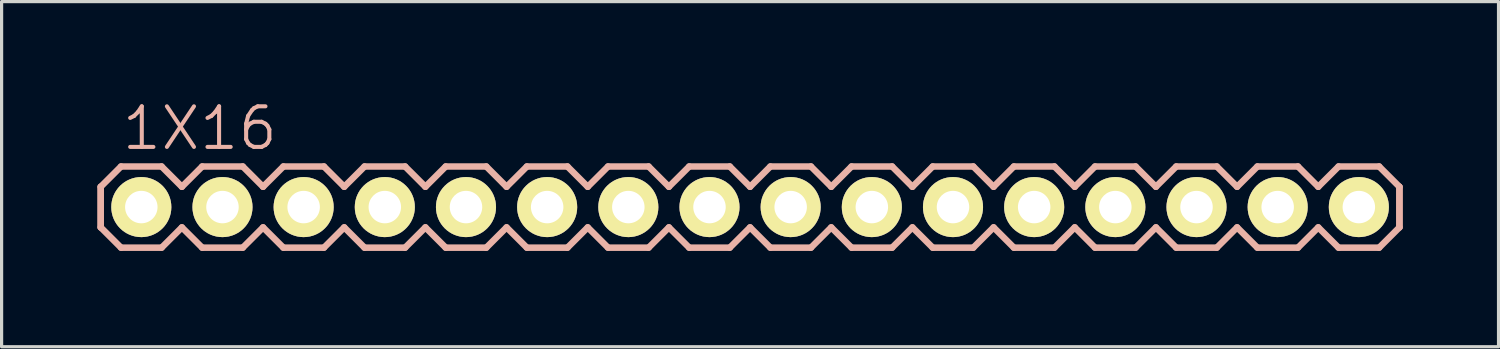
<source format=kicad_pcb>
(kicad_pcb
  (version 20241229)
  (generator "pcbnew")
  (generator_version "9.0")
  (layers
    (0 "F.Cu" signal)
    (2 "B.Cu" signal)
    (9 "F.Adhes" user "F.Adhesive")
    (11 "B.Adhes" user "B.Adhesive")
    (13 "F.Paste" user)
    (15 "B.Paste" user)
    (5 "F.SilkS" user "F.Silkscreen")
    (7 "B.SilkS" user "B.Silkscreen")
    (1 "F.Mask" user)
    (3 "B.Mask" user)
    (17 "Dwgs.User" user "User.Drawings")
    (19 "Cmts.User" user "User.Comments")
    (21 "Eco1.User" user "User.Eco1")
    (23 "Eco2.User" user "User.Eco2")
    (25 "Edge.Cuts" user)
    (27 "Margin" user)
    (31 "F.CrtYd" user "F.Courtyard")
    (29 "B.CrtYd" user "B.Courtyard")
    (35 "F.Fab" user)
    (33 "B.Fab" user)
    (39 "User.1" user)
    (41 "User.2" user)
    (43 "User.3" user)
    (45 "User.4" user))
  (footprint "1X16"
    (layer "F.Cu")
    (at 1.372 3.43)
    (property "Reference" "1X16" (at 1.829 -2.464 0) (layer "B.SilkS") (effects (font (size 1.27 1.27) (thickness 0.127))))
    (attr exclude_from_pos_files exclude_from_bom)
    (fp_line (start -0.254 -0.254) (end 0.254 -0.254) (stroke (width 0.066) (type solid)) (layer "F.SilkS"))
    (fp_line (start -0.254 0.254) (end -0.254 -0.254) (stroke (width 0.066) (type solid)) (layer "F.SilkS"))
    (fp_line (start -0.254 0.254) (end 0.254 0.254) (stroke (width 0.066) (type solid)) (layer "F.SilkS"))
    (fp_line (start 0.254 0.254) (end 0.254 -0.254) (stroke (width 0.066) (type solid)) (layer "F.SilkS"))
    (fp_line (start 2.286 -0.254) (end 2.794 -0.254) (stroke (width 0.066) (type solid)) (layer "F.SilkS"))
    (fp_line (start 2.286 0.254) (end 2.286 -0.254) (stroke (width 0.066) (type solid)) (layer "F.SilkS"))
    (fp_line (start 2.286 0.254) (end 2.794 0.254) (stroke (width 0.066) (type solid)) (layer "F.SilkS"))
    (fp_line (start 2.794 0.254) (end 2.794 -0.254) (stroke (width 0.066) (type solid)) (layer "F.SilkS"))
    (fp_line (start 4.826 -0.254) (end 5.334 -0.254) (stroke (width 0.066) (type solid)) (layer "F.SilkS"))
    (fp_line (start 4.826 0.254) (end 4.826 -0.254) (stroke (width 0.066) (type solid)) (layer "F.SilkS"))
    (fp_line (start 4.826 0.254) (end 5.334 0.254) (stroke (width 0.066) (type solid)) (layer "F.SilkS"))
    (fp_line (start 5.334 0.254) (end 5.334 -0.254) (stroke (width 0.066) (type solid)) (layer "F.SilkS"))
    (fp_line (start 7.366 -0.254) (end 7.874 -0.254) (stroke (width 0.066) (type solid)) (layer "F.SilkS"))
    (fp_line (start 7.366 0.254) (end 7.366 -0.254) (stroke (width 0.066) (type solid)) (layer "F.SilkS"))
    (fp_line (start 7.366 0.254) (end 7.874 0.254) (stroke (width 0.066) (type solid)) (layer "F.SilkS"))
    (fp_line (start 7.874 0.254) (end 7.874 -0.254) (stroke (width 0.066) (type solid)) (layer "F.SilkS"))
    (fp_line (start 9.906 -0.254) (end 10.414 -0.254) (stroke (width 0.066) (type solid)) (layer "F.SilkS"))
    (fp_line (start 9.906 0.254) (end 9.906 -0.254) (stroke (width 0.066) (type solid)) (layer "F.SilkS"))
    (fp_line (start 9.906 0.254) (end 10.414 0.254) (stroke (width 0.066) (type solid)) (layer "F.SilkS"))
    (fp_line (start 10.414 0.254) (end 10.414 -0.254) (stroke (width 0.066) (type solid)) (layer "F.SilkS"))
    (fp_line (start 12.446 -0.254) (end 12.954 -0.254) (stroke (width 0.066) (type solid)) (layer "F.SilkS"))
    (fp_line (start 12.446 0.254) (end 12.446 -0.254) (stroke (width 0.066) (type solid)) (layer "F.SilkS"))
    (fp_line (start 12.446 0.254) (end 12.954 0.254) (stroke (width 0.066) (type solid)) (layer "F.SilkS"))
    (fp_line (start 12.954 0.254) (end 12.954 -0.254) (stroke (width 0.066) (type solid)) (layer "F.SilkS"))
    (fp_line (start 14.986 -0.254) (end 15.494 -0.254) (stroke (width 0.066) (type solid)) (layer "F.SilkS"))
    (fp_line (start 14.986 0.254) (end 14.986 -0.254) (stroke (width 0.066) (type solid)) (layer "F.SilkS"))
    (fp_line (start 14.986 0.254) (end 15.494 0.254) (stroke (width 0.066) (type solid)) (layer "F.SilkS"))
    (fp_line (start 15.494 0.254) (end 15.494 -0.254) (stroke (width 0.066) (type solid)) (layer "F.SilkS"))
    (fp_line (start 17.523 -0.254) (end 18.034 -0.254) (stroke (width 0.066) (type solid)) (layer "F.SilkS"))
    (fp_line (start 17.523 0.254) (end 17.523 -0.254) (stroke (width 0.066) (type solid)) (layer "F.SilkS"))
    (fp_line (start 17.523 0.254) (end 18.034 0.254) (stroke (width 0.066) (type solid)) (layer "F.SilkS"))
    (fp_line (start 18.034 0.254) (end 18.034 -0.254) (stroke (width 0.066) (type solid)) (layer "F.SilkS"))
    (fp_line (start 20.066 -0.254) (end 20.574 -0.254) (stroke (width 0.066) (type solid)) (layer "F.SilkS"))
    (fp_line (start 20.066 0.254) (end 20.066 -0.254) (stroke (width 0.066) (type solid)) (layer "F.SilkS"))
    (fp_line (start 20.066 0.254) (end 20.574 0.254) (stroke (width 0.066) (type solid)) (layer "F.SilkS"))
    (fp_line (start 20.574 0.254) (end 20.574 -0.254) (stroke (width 0.066) (type solid)) (layer "F.SilkS"))
    (fp_line (start 22.606 -0.254) (end 23.114 -0.254) (stroke (width 0.066) (type solid)) (layer "F.SilkS"))
    (fp_line (start 22.606 0.254) (end 22.606 -0.254) (stroke (width 0.066) (type solid)) (layer "F.SilkS"))
    (fp_line (start 22.606 0.254) (end 23.114 0.254) (stroke (width 0.066) (type solid)) (layer "F.SilkS"))
    (fp_line (start 23.114 0.254) (end 23.114 -0.254) (stroke (width 0.066) (type solid)) (layer "F.SilkS"))
    (fp_line (start 25.146 -0.254) (end 25.654 -0.254) (stroke (width 0.066) (type solid)) (layer "F.SilkS"))
    (fp_line (start 25.146 0.254) (end 25.146 -0.254) (stroke (width 0.066) (type solid)) (layer "F.SilkS"))
    (fp_line (start 25.146 0.254) (end 25.654 0.254) (stroke (width 0.066) (type solid)) (layer "F.SilkS"))
    (fp_line (start 25.654 0.254) (end 25.654 -0.254) (stroke (width 0.066) (type solid)) (layer "F.SilkS"))
    (fp_line (start 27.686 -0.254) (end 28.194 -0.254) (stroke (width 0.066) (type solid)) (layer "F.SilkS"))
    (fp_line (start 27.686 0.254) (end 27.686 -0.254) (stroke (width 0.066) (type solid)) (layer "F.SilkS"))
    (fp_line (start 27.686 0.254) (end 28.194 0.254) (stroke (width 0.066) (type solid)) (layer "F.SilkS"))
    (fp_line (start 28.194 0.254) (end 28.194 -0.254) (stroke (width 0.066) (type solid)) (layer "F.SilkS"))
    (fp_line (start 30.226 -0.254) (end 30.734 -0.254) (stroke (width 0.066) (type solid)) (layer "F.SilkS"))
    (fp_line (start 30.226 0.254) (end 30.226 -0.254) (stroke (width 0.066) (type solid)) (layer "F.SilkS"))
    (fp_line (start 30.226 0.254) (end 30.734 0.254) (stroke (width 0.066) (type solid)) (layer "F.SilkS"))
    (fp_line (start 30.734 0.254) (end 30.734 -0.254) (stroke (width 0.066) (type solid)) (layer "F.SilkS"))
    (fp_line (start 32.766 -0.254) (end 33.274 -0.254) (stroke (width 0.066) (type solid)) (layer "F.SilkS"))
    (fp_line (start 32.766 0.254) (end 32.766 -0.254) (stroke (width 0.066) (type solid)) (layer "F.SilkS"))
    (fp_line (start 32.766 0.254) (end 33.274 0.254) (stroke (width 0.066) (type solid)) (layer "F.SilkS"))
    (fp_line (start 33.274 0.254) (end 33.274 -0.254) (stroke (width 0.066) (type solid)) (layer "F.SilkS"))
    (fp_line (start 35.303 -0.254) (end 35.814 -0.254) (stroke (width 0.066) (type solid)) (layer "F.SilkS"))
    (fp_line (start 35.303 0.254) (end 35.303 -0.254) (stroke (width 0.066) (type solid)) (layer "F.SilkS"))
    (fp_line (start 35.303 0.254) (end 35.814 0.254) (stroke (width 0.066) (type solid)) (layer "F.SilkS"))
    (fp_line (start 35.814 0.254) (end 35.814 -0.254) (stroke (width 0.066) (type solid)) (layer "F.SilkS"))
    (fp_line (start 37.846 -0.254) (end 38.354 -0.254) (stroke (width 0.066) (type solid)) (layer "F.SilkS"))
    (fp_line (start 37.846 0.254) (end 37.846 -0.254) (stroke (width 0.066) (type solid)) (layer "F.SilkS"))
    (fp_line (start 37.846 0.254) (end 38.354 0.254) (stroke (width 0.066) (type solid)) (layer "F.SilkS"))
    (fp_line (start 38.354 0.254) (end 38.354 -0.254) (stroke (width 0.066) (type solid)) (layer "F.SilkS"))
    (fp_line (start -1.27 -0.635) (end -1.27 0.635) (stroke (width 0.203) (type solid)) (layer "B.SilkS"))
    (fp_line (start -1.27 -0.635) (end -1.27 0.635) (stroke (width 0.203) (type solid)) (layer "B.SilkS"))
    (fp_line (start -1.27 0.635) (end -0.635 1.27) (stroke (width 0.203) (type solid)) (layer "B.SilkS"))
    (fp_line (start -0.635 -1.27) (end -1.27 -0.635) (stroke (width 0.203) (type solid)) (layer "B.SilkS"))
    (fp_line (start -0.635 -1.27) (end 0.635 -1.27) (stroke (width 0.203) (type solid)) (layer "B.SilkS"))
    (fp_line (start 0.635 -1.27) (end 1.27 -0.635) (stroke (width 0.203) (type solid)) (layer "B.SilkS"))
    (fp_line (start 0.635 1.27) (end -0.635 1.27) (stroke (width 0.203) (type solid)) (layer "B.SilkS"))
    (fp_line (start 1.27 -0.635) (end 1.905 -1.27) (stroke (width 0.203) (type solid)) (layer "B.SilkS"))
    (fp_line (start 1.27 0.635) (end 0.635 1.27) (stroke (width 0.203) (type solid)) (layer "B.SilkS"))
    (fp_line (start 1.905 -1.27) (end 3.175 -1.27) (stroke (width 0.203) (type solid)) (layer "B.SilkS"))
    (fp_line (start 1.905 1.27) (end 1.27 0.635) (stroke (width 0.203) (type solid)) (layer "B.SilkS"))
    (fp_line (start 3.175 -1.27) (end 3.81 -0.635) (stroke (width 0.203) (type solid)) (layer "B.SilkS"))
    (fp_line (start 3.175 1.27) (end 1.905 1.27) (stroke (width 0.203) (type solid)) (layer "B.SilkS"))
    (fp_line (start 3.81 -0.635) (end 4.445 -1.27) (stroke (width 0.203) (type solid)) (layer "B.SilkS"))
    (fp_line (start 3.81 0.635) (end 3.175 1.27) (stroke (width 0.203) (type solid)) (layer "B.SilkS"))
    (fp_line (start 4.445 -1.27) (end 5.715 -1.27) (stroke (width 0.203) (type solid)) (layer "B.SilkS"))
    (fp_line (start 4.445 1.27) (end 3.81 0.635) (stroke (width 0.203) (type solid)) (layer "B.SilkS"))
    (fp_line (start 5.715 -1.27) (end 6.35 -0.635) (stroke (width 0.203) (type solid)) (layer "B.SilkS"))
    (fp_line (start 5.715 1.27) (end 4.445 1.27) (stroke (width 0.203) (type solid)) (layer "B.SilkS"))
    (fp_line (start 6.35 0.635) (end 5.715 1.27) (stroke (width 0.203) (type solid)) (layer "B.SilkS"))
    (fp_line (start 6.35 0.635) (end 6.985 1.27) (stroke (width 0.203) (type solid)) (layer "B.SilkS"))
    (fp_line (start 6.985 -1.27) (end 6.35 -0.635) (stroke (width 0.203) (type solid)) (layer "B.SilkS"))
    (fp_line (start 6.985 -1.27) (end 8.255 -1.27) (stroke (width 0.203) (type solid)) (layer "B.SilkS"))
    (fp_line (start 8.255 -1.27) (end 8.89 -0.635) (stroke (width 0.203) (type solid)) (layer "B.SilkS"))
    (fp_line (start 8.255 1.27) (end 6.985 1.27) (stroke (width 0.203) (type solid)) (layer "B.SilkS"))
    (fp_line (start 8.89 -0.635) (end 9.525 -1.27) (stroke (width 0.203) (type solid)) (layer "B.SilkS"))
    (fp_line (start 8.89 0.635) (end 8.255 1.27) (stroke (width 0.203) (type solid)) (layer "B.SilkS"))
    (fp_line (start 9.525 -1.27) (end 10.795 -1.27) (stroke (width 0.203) (type solid)) (layer "B.SilkS"))
    (fp_line (start 9.525 1.27) (end 8.89 0.635) (stroke (width 0.203) (type solid)) (layer "B.SilkS"))
    (fp_line (start 10.795 -1.27) (end 11.43 -0.635) (stroke (width 0.203) (type solid)) (layer "B.SilkS"))
    (fp_line (start 10.795 1.27) (end 9.525 1.27) (stroke (width 0.203) (type solid)) (layer "B.SilkS"))
    (fp_line (start 11.43 -0.635) (end 12.065 -1.27) (stroke (width 0.203) (type solid)) (layer "B.SilkS"))
    (fp_line (start 11.43 0.635) (end 10.795 1.27) (stroke (width 0.203) (type solid)) (layer "B.SilkS"))
    (fp_line (start 12.065 -1.27) (end 13.335 -1.27) (stroke (width 0.203) (type solid)) (layer "B.SilkS"))
    (fp_line (start 12.065 1.27) (end 11.43 0.635) (stroke (width 0.203) (type solid)) (layer "B.SilkS"))
    (fp_line (start 13.335 -1.27) (end 13.97 -0.635) (stroke (width 0.203) (type solid)) (layer "B.SilkS"))
    (fp_line (start 13.335 1.27) (end 12.065 1.27) (stroke (width 0.203) (type solid)) (layer "B.SilkS"))
    (fp_line (start 13.97 0.635) (end 13.335 1.27) (stroke (width 0.203) (type solid)) (layer "B.SilkS"))
    (fp_line (start 13.97 0.635) (end 14.605 1.27) (stroke (width 0.203) (type solid)) (layer "B.SilkS"))
    (fp_line (start 14.605 -1.27) (end 13.97 -0.635) (stroke (width 0.203) (type solid)) (layer "B.SilkS"))
    (fp_line (start 14.605 -1.27) (end 15.875 -1.27) (stroke (width 0.203) (type solid)) (layer "B.SilkS"))
    (fp_line (start 15.875 -1.27) (end 16.51 -0.635) (stroke (width 0.203) (type solid)) (layer "B.SilkS"))
    (fp_line (start 15.875 1.27) (end 14.605 1.27) (stroke (width 0.203) (type solid)) (layer "B.SilkS"))
    (fp_line (start 16.51 0.635) (end 15.875 1.27) (stroke (width 0.203) (type solid)) (layer "B.SilkS"))
    (fp_line (start 16.51 0.635) (end 17.145 1.27) (stroke (width 0.203) (type solid)) (layer "B.SilkS"))
    (fp_line (start 17.145 -1.27) (end 16.51 -0.635) (stroke (width 0.203) (type solid)) (layer "B.SilkS"))
    (fp_line (start 17.145 -1.27) (end 18.415 -1.27) (stroke (width 0.203) (type solid)) (layer "B.SilkS"))
    (fp_line (start 18.415 -1.27) (end 19.05 -0.635) (stroke (width 0.203) (type solid)) (layer "B.SilkS"))
    (fp_line (start 18.415 1.27) (end 17.145 1.27) (stroke (width 0.203) (type solid)) (layer "B.SilkS"))
    (fp_line (start 19.05 -0.635) (end 19.685 -1.27) (stroke (width 0.203) (type solid)) (layer "B.SilkS"))
    (fp_line (start 19.05 0.635) (end 18.415 1.27) (stroke (width 0.203) (type solid)) (layer "B.SilkS"))
    (fp_line (start 19.685 -1.27) (end 20.955 -1.27) (stroke (width 0.203) (type solid)) (layer "B.SilkS"))
    (fp_line (start 19.685 1.27) (end 19.05 0.635) (stroke (width 0.203) (type solid)) (layer "B.SilkS"))
    (fp_line (start 20.955 -1.27) (end 21.59 -0.635) (stroke (width 0.203) (type solid)) (layer "B.SilkS"))
    (fp_line (start 20.955 1.27) (end 19.685 1.27) (stroke (width 0.203) (type solid)) (layer "B.SilkS"))
    (fp_line (start 21.59 -0.635) (end 22.225 -1.27) (stroke (width 0.203) (type solid)) (layer "B.SilkS"))
    (fp_line (start 21.59 0.635) (end 20.955 1.27) (stroke (width 0.203) (type solid)) (layer "B.SilkS"))
    (fp_line (start 22.225 -1.27) (end 23.495 -1.27) (stroke (width 0.203) (type solid)) (layer "B.SilkS"))
    (fp_line (start 22.225 1.27) (end 21.59 0.635) (stroke (width 0.203) (type solid)) (layer "B.SilkS"))
    (fp_line (start 23.495 -1.27) (end 24.13 -0.635) (stroke (width 0.203) (type solid)) (layer "B.SilkS"))
    (fp_line (start 23.495 1.27) (end 22.225 1.27) (stroke (width 0.203) (type solid)) (layer "B.SilkS"))
    (fp_line (start 24.13 0.635) (end 23.495 1.27) (stroke (width 0.203) (type solid)) (layer "B.SilkS"))
    (fp_line (start 24.13 0.635) (end 24.765 1.27) (stroke (width 0.203) (type solid)) (layer "B.SilkS"))
    (fp_line (start 24.765 -1.27) (end 24.13 -0.635) (stroke (width 0.203) (type solid)) (layer "B.SilkS"))
    (fp_line (start 24.765 -1.27) (end 26.035 -1.27) (stroke (width 0.203) (type solid)) (layer "B.SilkS"))
    (fp_line (start 26.035 -1.27) (end 26.67 -0.635) (stroke (width 0.203) (type solid)) (layer "B.SilkS"))
    (fp_line (start 26.035 1.27) (end 24.765 1.27) (stroke (width 0.203) (type solid)) (layer "B.SilkS"))
    (fp_line (start 26.67 -0.635) (end 27.305 -1.27) (stroke (width 0.203) (type solid)) (layer "B.SilkS"))
    (fp_line (start 26.67 0.635) (end 26.035 1.27) (stroke (width 0.203) (type solid)) (layer "B.SilkS"))
    (fp_line (start 27.305 -1.27) (end 28.575 -1.27) (stroke (width 0.203) (type solid)) (layer "B.SilkS"))
    (fp_line (start 27.305 1.27) (end 26.67 0.635) (stroke (width 0.203) (type solid)) (layer "B.SilkS"))
    (fp_line (start 28.575 -1.27) (end 29.21 -0.635) (stroke (width 0.203) (type solid)) (layer "B.SilkS"))
    (fp_line (start 28.575 1.27) (end 27.305 1.27) (stroke (width 0.203) (type solid)) (layer "B.SilkS"))
    (fp_line (start 29.21 -0.635) (end 29.845 -1.27) (stroke (width 0.203) (type solid)) (layer "B.SilkS"))
    (fp_line (start 29.21 0.635) (end 28.575 1.27) (stroke (width 0.203) (type solid)) (layer "B.SilkS"))
    (fp_line (start 29.845 -1.27) (end 31.115 -1.27) (stroke (width 0.203) (type solid)) (layer "B.SilkS"))
    (fp_line (start 29.845 1.27) (end 29.21 0.635) (stroke (width 0.203) (type solid)) (layer "B.SilkS"))
    (fp_line (start 31.115 -1.27) (end 31.75 -0.635) (stroke (width 0.203) (type solid)) (layer "B.SilkS"))
    (fp_line (start 31.115 1.27) (end 29.845 1.27) (stroke (width 0.203) (type solid)) (layer "B.SilkS"))
    (fp_line (start 31.75 0.635) (end 31.115 1.27) (stroke (width 0.203) (type solid)) (layer "B.SilkS"))
    (fp_line (start 31.75 0.635) (end 32.385 1.27) (stroke (width 0.203) (type solid)) (layer "B.SilkS"))
    (fp_line (start 32.385 -1.27) (end 31.75 -0.635) (stroke (width 0.203) (type solid)) (layer "B.SilkS"))
    (fp_line (start 32.385 -1.27) (end 33.655 -1.27) (stroke (width 0.203) (type solid)) (layer "B.SilkS"))
    (fp_line (start 33.655 -1.27) (end 34.29 -0.635) (stroke (width 0.203) (type solid)) (layer "B.SilkS"))
    (fp_line (start 33.655 1.27) (end 32.385 1.27) (stroke (width 0.203) (type solid)) (layer "B.SilkS"))
    (fp_line (start 34.29 0.635) (end 33.655 1.27) (stroke (width 0.203) (type solid)) (layer "B.SilkS"))
    (fp_line (start 34.29 0.635) (end 34.925 1.27) (stroke (width 0.203) (type solid)) (layer "B.SilkS"))
    (fp_line (start 34.925 -1.27) (end 34.29 -0.635) (stroke (width 0.203) (type solid)) (layer "B.SilkS"))
    (fp_line (start 34.925 -1.27) (end 36.195 -1.27) (stroke (width 0.203) (type solid)) (layer "B.SilkS"))
    (fp_line (start 36.195 -1.27) (end 36.83 -0.635) (stroke (width 0.203) (type solid)) (layer "B.SilkS"))
    (fp_line (start 36.195 1.27) (end 34.925 1.27) (stroke (width 0.203) (type solid)) (layer "B.SilkS"))
    (fp_line (start 36.83 0.635) (end 36.195 1.27) (stroke (width 0.203) (type solid)) (layer "B.SilkS"))
    (fp_line (start 36.83 0.635) (end 37.465 1.27) (stroke (width 0.203) (type solid)) (layer "B.SilkS"))
    (fp_line (start 37.465 -1.27) (end 36.83 -0.635) (stroke (width 0.203) (type solid)) (layer "B.SilkS"))
    (fp_line (start 37.465 -1.27) (end 38.735 -1.27) (stroke (width 0.203) (type solid)) (layer "B.SilkS"))
    (fp_line (start 38.735 -1.27) (end 39.37 -0.635) (stroke (width 0.203) (type solid)) (layer "B.SilkS"))
    (fp_line (start 38.735 1.27) (end 37.465 1.27) (stroke (width 0.203) (type solid)) (layer "B.SilkS"))
    (fp_line (start 39.37 -0.635) (end 39.37 0.635) (stroke (width 0.203) (type solid)) (layer "B.SilkS"))
    (fp_line (start 39.37 -0.635) (end 39.37 0.635) (stroke (width 0.203) (type solid)) (layer "B.SilkS"))
    (fp_line (start 39.37 0.635) (end 38.735 1.27) (stroke (width 0.203) (type solid)) (layer "B.SilkS"))
    (pad "1" thru_hole circle (at 0 0) (size 1.88 1.88) (drill 1.016) (layers "*.Cu" "F.Mask" "F.SilkS" "F.Paste"))
    (pad "2" thru_hole circle (at 2.54 0) (size 1.88 1.88) (drill 1.016) (layers "*.Cu" "F.Mask" "F.SilkS" "F.Paste"))
    (pad "3" thru_hole circle (at 5.08 0) (size 1.88 1.88) (drill 1.016) (layers "*.Cu" "F.Mask" "F.SilkS" "F.Paste"))
    (pad "4" thru_hole circle (at 7.62 0) (size 1.88 1.88) (drill 1.016) (layers "*.Cu" "F.Mask" "F.SilkS" "F.Paste"))
    (pad "5" thru_hole circle (at 10.16 0) (size 1.88 1.88) (drill 1.016) (layers "*.Cu" "F.Mask" "F.SilkS" "F.Paste"))
    (pad "6" thru_hole circle (at 12.7 0) (size 1.88 1.88) (drill 1.016) (layers "*.Cu" "F.Mask" "F.SilkS" "F.Paste"))
    (pad "7" thru_hole circle (at 15.24 0) (size 1.88 1.88) (drill 1.016) (layers "*.Cu" "F.Mask" "F.SilkS" "F.Paste"))
    (pad "8" thru_hole circle (at 17.78 0) (size 1.88 1.88) (drill 1.016) (layers "*.Cu" "F.Mask" "F.SilkS" "F.Paste"))
    (pad "9" thru_hole circle (at 20.32 0) (size 1.88 1.88) (drill 1.016) (layers "*.Cu" "F.Mask" "F.SilkS" "F.Paste"))
    (pad "10" thru_hole circle (at 22.86 0) (size 1.88 1.88) (drill 1.016) (layers "*.Cu" "F.Mask" "F.SilkS" "F.Paste"))
    (pad "11" thru_hole circle (at 25.4 0) (size 1.88 1.88) (drill 1.016) (layers "*.Cu" "F.Mask" "F.SilkS" "F.Paste"))
    (pad "12" thru_hole circle (at 27.94 0) (size 1.88 1.88) (drill 1.016) (layers "*.Cu" "F.Mask" "F.SilkS" "F.Paste"))
    (pad "13" thru_hole circle (at 30.48 0) (size 1.88 1.88) (drill 1.016) (layers "*.Cu" "F.Mask" "F.SilkS" "F.Paste"))
    (pad "14" thru_hole circle (at 33.02 0) (size 1.88 1.88) (drill 1.016) (layers "*.Cu" "F.Mask" "F.SilkS" "F.Paste"))
    (pad "15" thru_hole circle (at 35.56 0) (size 1.88 1.88) (drill 1.016) (layers "*.Cu" "F.Mask" "F.SilkS" "F.Paste"))
    (pad "16" thru_hole circle (at 38.1 0) (size 1.88 1.88) (drill 1.016) (layers "*.Cu" "F.Mask" "F.SilkS" "F.Paste")))
  (gr_rect
    (start -3 -3)
    (end 43.843 7.801)
    (stroke (width 0.1) (type default))
    (fill no)
    (layer "Edge.Cuts")))
</source>
